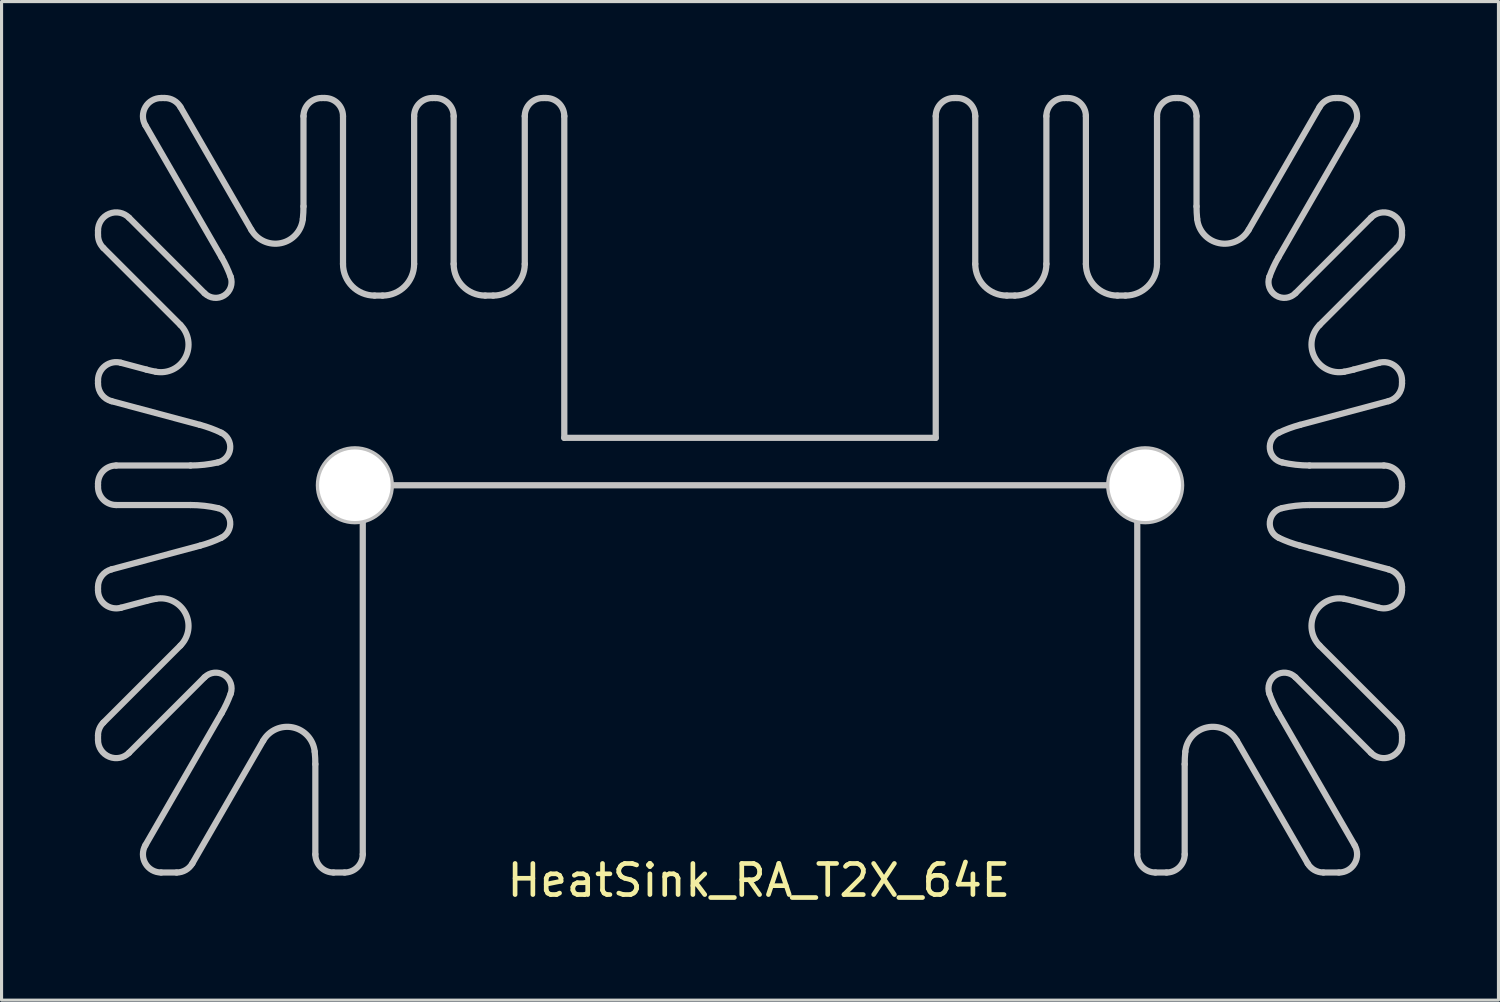
<source format=kicad_pcb>
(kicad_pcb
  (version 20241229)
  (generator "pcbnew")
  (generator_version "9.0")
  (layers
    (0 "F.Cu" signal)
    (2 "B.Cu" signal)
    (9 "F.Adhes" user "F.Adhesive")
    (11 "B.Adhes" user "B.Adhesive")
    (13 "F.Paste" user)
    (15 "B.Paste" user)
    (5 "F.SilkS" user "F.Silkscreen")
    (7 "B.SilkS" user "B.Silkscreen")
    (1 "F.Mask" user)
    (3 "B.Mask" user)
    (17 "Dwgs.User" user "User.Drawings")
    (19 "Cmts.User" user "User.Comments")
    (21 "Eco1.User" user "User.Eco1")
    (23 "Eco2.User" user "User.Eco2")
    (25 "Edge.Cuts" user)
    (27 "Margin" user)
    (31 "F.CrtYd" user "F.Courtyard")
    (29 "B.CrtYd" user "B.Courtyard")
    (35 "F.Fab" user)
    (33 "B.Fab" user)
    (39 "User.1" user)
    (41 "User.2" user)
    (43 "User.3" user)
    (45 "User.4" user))
  (footprint "HeatSink_RA_T2X_64E"
    (layer "F.Cu")
    (at 21.055 12.546)
    (property "Reference" "HeatSink_RA_T2X_64E" (at 0.283 12.7 0) (layer "F.SilkS") (effects (font (size 1 1) (thickness 0.15))))
    (attr through_hole)
    (fp_line (start -20.955 -8.186) (end -20.955 -8.042) (stroke (width 0.2) (type solid)) (layer "Dwgs.User"))
    (fp_line (start -20.955 -3.373) (end -20.955 -3.268) (stroke (width 0.2) (type solid)) (layer "Dwgs.User"))
    (fp_line (start -20.955 -0.051) (end -20.955 0.051) (stroke (width 0.2) (type solid)) (layer "Dwgs.User"))
    (fp_line (start -20.955 3.268) (end -20.955 3.373) (stroke (width 0.2) (type solid)) (layer "Dwgs.User"))
    (fp_line (start -20.955 8.042) (end -20.955 8.186) (stroke (width 0.2) (type solid)) (layer "Dwgs.User"))
    (fp_line (start -20.784 7.629) (end -18.306 5.152) (stroke (width 0.2) (type solid)) (layer "Dwgs.User"))
    (fp_line (start -20.522 2.703) (end -17.678 1.941) (stroke (width 0.2) (type solid)) (layer "Dwgs.User"))
    (fp_line (start -20.371 -0.635) (end -17.983 -0.635) (stroke (width 0.2) (type solid)) (layer "Dwgs.User"))
    (fp_line (start -20.371 0.635) (end -17.983 0.635) (stroke (width 0.2) (type solid)) (layer "Dwgs.User"))
    (fp_line (start -20.22 -3.937) (end -19.4 -3.718) (stroke (width 0.2) (type solid)) (layer "Dwgs.User"))
    (fp_line (start -19.958 -8.599) (end -17.53 -6.171) (stroke (width 0.2) (type solid)) (layer "Dwgs.User"))
    (fp_line (start -19.433 11.57) (end -16.985 7.329) (stroke (width 0.2) (type solid)) (layer "Dwgs.User"))
    (fp_line (start -19.4 3.718) (end -20.22 3.937) (stroke (width 0.2) (type solid)) (layer "Dwgs.User"))
    (fp_line (start -18.927 12.446) (end -18.429 12.446) (stroke (width 0.2) (type solid)) (layer "Dwgs.User"))
    (fp_line (start -18.81 -12.446) (end -18.927 -12.446) (stroke (width 0.2) (type solid)) (layer "Dwgs.User"))
    (fp_line (start -18.306 -5.152) (end -20.784 -7.629) (stroke (width 0.2) (type solid)) (layer "Dwgs.User"))
    (fp_line (start -18.304 -12.154) (end -16.026 -8.208) (stroke (width 0.2) (type solid)) (layer "Dwgs.User"))
    (fp_line (start -17.678 -1.941) (end -20.522 -2.703) (stroke (width 0.2) (type solid)) (layer "Dwgs.User"))
    (fp_line (start -17.53 6.171) (end -19.958 8.599) (stroke (width 0.2) (type solid)) (layer "Dwgs.User"))
    (fp_line (start -16.985 -7.329) (end -19.433 -11.57) (stroke (width 0.2) (type solid)) (layer "Dwgs.User"))
    (fp_line (start -15.645 8.208) (end -17.923 12.154) (stroke (width 0.2) (type solid)) (layer "Dwgs.User"))
    (fp_line (start -14.351 -11.862) (end -14.351 -8.963) (stroke (width 0.2) (type solid)) (layer "Dwgs.User"))
    (fp_line (start -13.97 11.862) (end -13.97 8.963) (stroke (width 0.2) (type solid)) (layer "Dwgs.User"))
    (fp_line (start -13.665 -12.446) (end -13.767 -12.446) (stroke (width 0.2) (type solid)) (layer "Dwgs.User"))
    (fp_line (start -13.386 12.446) (end -13.03 12.446) (stroke (width 0.2) (type solid)) (layer "Dwgs.User"))
    (fp_line (start -13.081 -11.862) (end -13.081 -7.112) (stroke (width 0.2) (type solid)) (layer "Dwgs.User"))
    (fp_line (start -12.446 11.862) (end -12.446 1.127) (stroke (width 0.2) (type solid)) (layer "Dwgs.User"))
    (fp_line (start -12.065 -6.096) (end -11.811 -6.096) (stroke (width 0.2) (type solid)) (layer "Dwgs.User"))
    (fp_line (start -11.544 0) (end 11.544 0) (stroke (width 0.2) (type solid)) (layer "Dwgs.User"))
    (fp_line (start -10.795 -11.862) (end -10.795 -7.112) (stroke (width 0.2) (type solid)) (layer "Dwgs.User"))
    (fp_line (start -10.109 -12.446) (end -10.211 -12.446) (stroke (width 0.2) (type solid)) (layer "Dwgs.User"))
    (fp_line (start -9.525 -11.862) (end -9.525 -7.112) (stroke (width 0.2) (type solid)) (layer "Dwgs.User"))
    (fp_line (start -8.509 -6.096) (end -8.255 -6.096) (stroke (width 0.2) (type solid)) (layer "Dwgs.User"))
    (fp_line (start -7.239 -11.862) (end -7.239 -7.112) (stroke (width 0.2) (type solid)) (layer "Dwgs.User"))
    (fp_line (start -6.553 -12.446) (end -6.655 -12.446) (stroke (width 0.2) (type solid)) (layer "Dwgs.User"))
    (fp_line (start -5.969 -1.524) (end -5.969 -11.862) (stroke (width 0.2) (type solid)) (layer "Dwgs.User"))
    (fp_line (start 5.969 -11.862) (end 5.969 -1.524) (stroke (width 0.2) (type solid)) (layer "Dwgs.User"))
    (fp_line (start 5.969 -1.524) (end -5.969 -1.524) (stroke (width 0.2) (type solid)) (layer "Dwgs.User"))
    (fp_line (start 6.655 -12.446) (end 6.553 -12.446) (stroke (width 0.2) (type solid)) (layer "Dwgs.User"))
    (fp_line (start 7.239 -11.862) (end 7.239 -7.112) (stroke (width 0.2) (type solid)) (layer "Dwgs.User"))
    (fp_line (start 8.509 -6.096) (end 8.255 -6.096) (stroke (width 0.2) (type solid)) (layer "Dwgs.User"))
    (fp_line (start 9.525 -11.862) (end 9.525 -7.112) (stroke (width 0.2) (type solid)) (layer "Dwgs.User"))
    (fp_line (start 10.211 -12.446) (end 10.109 -12.446) (stroke (width 0.2) (type solid)) (layer "Dwgs.User"))
    (fp_line (start 10.795 -11.862) (end 10.795 -7.112) (stroke (width 0.2) (type solid)) (layer "Dwgs.User"))
    (fp_line (start 12.065 -6.096) (end 11.811 -6.096) (stroke (width 0.2) (type solid)) (layer "Dwgs.User"))
    (fp_line (start 12.446 1.127) (end 12.446 11.862) (stroke (width 0.2) (type solid)) (layer "Dwgs.User"))
    (fp_line (start 13.03 12.446) (end 13.386 12.446) (stroke (width 0.2) (type solid)) (layer "Dwgs.User"))
    (fp_line (start 13.081 -11.862) (end 13.081 -7.112) (stroke (width 0.2) (type solid)) (layer "Dwgs.User"))
    (fp_line (start 13.767 -12.446) (end 13.665 -12.446) (stroke (width 0.2) (type solid)) (layer "Dwgs.User"))
    (fp_line (start 13.97 11.862) (end 13.97 8.963) (stroke (width 0.2) (type solid)) (layer "Dwgs.User"))
    (fp_line (start 14.351 -11.862) (end 14.351 -8.963) (stroke (width 0.2) (type solid)) (layer "Dwgs.User"))
    (fp_line (start 15.645 8.208) (end 17.923 12.154) (stroke (width 0.2) (type solid)) (layer "Dwgs.User"))
    (fp_line (start 16.985 -7.329) (end 19.433 -11.57) (stroke (width 0.2) (type solid)) (layer "Dwgs.User"))
    (fp_line (start 17.53 6.171) (end 19.958 8.599) (stroke (width 0.2) (type solid)) (layer "Dwgs.User"))
    (fp_line (start 17.678 -1.941) (end 20.522 -2.703) (stroke (width 0.2) (type solid)) (layer "Dwgs.User"))
    (fp_line (start 18.304 -12.154) (end 16.026 -8.208) (stroke (width 0.2) (type solid)) (layer "Dwgs.User"))
    (fp_line (start 18.306 -5.152) (end 20.784 -7.629) (stroke (width 0.2) (type solid)) (layer "Dwgs.User"))
    (fp_line (start 18.429 12.446) (end 18.927 12.446) (stroke (width 0.2) (type solid)) (layer "Dwgs.User"))
    (fp_line (start 18.927 -12.446) (end 18.81 -12.446) (stroke (width 0.2) (type solid)) (layer "Dwgs.User"))
    (fp_line (start 19.4 3.718) (end 20.22 3.937) (stroke (width 0.2) (type solid)) (layer "Dwgs.User"))
    (fp_line (start 19.433 11.57) (end 16.985 7.329) (stroke (width 0.2) (type solid)) (layer "Dwgs.User"))
    (fp_line (start 19.958 -8.599) (end 17.53 -6.171) (stroke (width 0.2) (type solid)) (layer "Dwgs.User"))
    (fp_line (start 20.22 -3.937) (end 19.4 -3.718) (stroke (width 0.2) (type solid)) (layer "Dwgs.User"))
    (fp_line (start 20.371 -0.635) (end 17.983 -0.635) (stroke (width 0.2) (type solid)) (layer "Dwgs.User"))
    (fp_line (start 20.371 0.635) (end 17.983 0.635) (stroke (width 0.2) (type solid)) (layer "Dwgs.User"))
    (fp_line (start 20.522 2.703) (end 17.678 1.941) (stroke (width 0.2) (type solid)) (layer "Dwgs.User"))
    (fp_line (start 20.784 7.629) (end 18.306 5.152) (stroke (width 0.2) (type solid)) (layer "Dwgs.User"))
    (fp_line (start 20.955 -8.042) (end 20.955 -8.186) (stroke (width 0.2) (type solid)) (layer "Dwgs.User"))
    (fp_line (start 20.955 -3.268) (end 20.955 -3.373) (stroke (width 0.2) (type solid)) (layer "Dwgs.User"))
    (fp_line (start 20.955 0.051) (end 20.955 -0.051) (stroke (width 0.2) (type solid)) (layer "Dwgs.User"))
    (fp_line (start 20.955 3.373) (end 20.955 3.268) (stroke (width 0.2) (type solid)) (layer "Dwgs.User"))
    (fp_line (start 20.955 8.186) (end 20.955 8.042) (stroke (width 0.2) (type solid)) (layer "Dwgs.User"))
    (fp_arc (start -20.955 -8.186151) (mid -20.594364 -8.725881) (end -19.957708 -8.599243) (stroke (width 0.2) (type solid)) (layer "Dwgs.User"))
    (fp_arc (start -20.955 -0.0508) (mid -20.783892 -0.463892) (end -20.3708 -0.635) (stroke (width 0.2) (type solid)) (layer "Dwgs.User"))
    (fp_arc (start -20.955 3.267646) (mid -20.834277 2.912008) (end -20.522002 2.703352) (stroke (width 0.2) (type solid)) (layer "Dwgs.User"))
    (fp_arc (start -20.954999 -3.37283) (mid -20.726438 -3.836306) (end -20.219598 -3.937123) (stroke (width 0.2) (type solid)) (layer "Dwgs.User"))
    (fp_arc (start -20.954999 8.042467) (mid -20.910529 7.818904) (end -20.783891 7.629376) (stroke (width 0.2) (type solid)) (layer "Dwgs.User"))
    (fp_arc (start -20.783892 -7.629375) (mid -20.910531 -7.818903) (end -20.955 -8.042467) (stroke (width 0.2) (type solid)) (layer "Dwgs.User"))
    (fp_arc (start -20.522002 -2.703352) (mid -20.834277 -2.912007) (end -20.955 -3.267646) (stroke (width 0.2) (type solid)) (layer "Dwgs.User"))
    (fp_arc (start -20.3708 0.635) (mid -20.783892 0.463892) (end -20.955 0.0508) (stroke (width 0.2) (type solid)) (layer "Dwgs.User"))
    (fp_arc (start -20.219598 3.937124) (mid -20.726439 3.836307) (end -20.955 3.37283) (stroke (width 0.2) (type solid)) (layer "Dwgs.User"))
    (fp_arc (start -19.957708 8.599243) (mid -20.594364 8.725882) (end -20.955 8.186151) (stroke (width 0.2) (type solid)) (layer "Dwgs.User"))
    (fp_arc (start -19.433068 -11.5697) (mid -19.433068 -12.1539) (end -18.927136 -12.446) (stroke (width 0.2) (type solid)) (layer "Dwgs.User"))
    (fp_arc (start -19.400017 3.717518) (mid -19.249092 3.680235) (end -19.096821 3.648901) (stroke (width 0.2) (type solid)) (layer "Dwgs.User"))
    (fp_arc (start -19.096821 -3.648901) (mid -19.249092 -3.680235) (end -19.400017 -3.717518) (stroke (width 0.2) (type solid)) (layer "Dwgs.User"))
    (fp_arc (start -19.096819 3.648902) (mid -18.148015 4.109048) (end -18.306138 5.151622) (stroke (width 0.2) (type solid)) (layer "Dwgs.User"))
    (fp_arc (start -18.927136 12.446) (mid -19.433068 12.1539) (end -19.433068 11.5697) (stroke (width 0.2) (type solid)) (layer "Dwgs.User"))
    (fp_arc (start -18.809818 -12.446) (mid -18.517718 -12.367732) (end -18.303886 -12.1539) (stroke (width 0.2) (type solid)) (layer "Dwgs.User"))
    (fp_arc (start -18.306137 -5.15162) (mid -18.148016 -4.109045) (end -19.096821 -3.648901) (stroke (width 0.2) (type solid)) (layer "Dwgs.User"))
    (fp_arc (start -17.982878 0.635) (mid -17.538274 0.660023) (end -17.099285 0.734774) (stroke (width 0.2) (type solid)) (layer "Dwgs.User"))
    (fp_arc (start -17.922886 12.1539) (mid -18.136718 12.367732) (end -18.428818 12.446) (stroke (width 0.2) (type solid)) (layer "Dwgs.User"))
    (fp_arc (start -17.678009 -1.941306) (mid -17.329816 -1.830568) (end -16.993304 -1.688227) (stroke (width 0.2) (type solid)) (layer "Dwgs.User"))
    (fp_arc (start -17.529956 6.171493) (mid -16.897724 6.102307) (end -16.693443 6.704614) (stroke (width 0.2) (type solid)) (layer "Dwgs.User"))
    (fp_arc (start -17.099285 -0.734774) (mid -17.538274 -0.660022) (end -17.982878 -0.635) (stroke (width 0.2) (type solid)) (layer "Dwgs.User"))
    (fp_arc (start -17.099284 0.734775) (mid -16.707676 1.173862) (end -16.993304 1.688227) (stroke (width 0.2) (type solid)) (layer "Dwgs.User"))
    (fp_arc (start -16.993304 1.688227) (mid -17.329816 1.830568) (end -17.678009 1.941306) (stroke (width 0.2) (type solid)) (layer "Dwgs.User"))
    (fp_arc (start -16.993303 -1.688228) (mid -16.707675 -1.173861) (end -17.099285 -0.734774) (stroke (width 0.2) (type solid)) (layer "Dwgs.User"))
    (fp_arc (start -16.984869 -7.329295) (mid -16.825546 -7.023304) (end -16.693443 -6.704614) (stroke (width 0.2) (type solid)) (layer "Dwgs.User"))
    (fp_arc (start -16.693443 -6.704614) (mid -16.897723 -6.102306) (end -17.529956 -6.171491) (stroke (width 0.2) (type solid)) (layer "Dwgs.User"))
    (fp_arc (start -16.693443 6.704614) (mid -16.825546 7.023304) (end -16.984869 7.329295) (stroke (width 0.2) (type solid)) (layer "Dwgs.User"))
    (fp_arc (start -15.644668 8.207912) (mid -14.688474 7.78315) (end -13.990333 8.562463) (stroke (width 0.2) (type solid)) (layer "Dwgs.User"))
    (fp_arc (start -14.371333 -8.562463) (mid -15.069473 -7.783149) (end -16.025668 -8.20791) (stroke (width 0.2) (type solid)) (layer "Dwgs.User"))
    (fp_arc (start -14.351 -11.8618) (mid -14.179892 -12.274892) (end -13.7668 -12.446) (stroke (width 0.2) (type solid)) (layer "Dwgs.User"))
    (fp_arc (start -14.350999 -8.96337) (mid -14.356086 -8.762659) (end -14.371333 -8.562463) (stroke (width 0.2) (type solid)) (layer "Dwgs.User"))
    (fp_arc (start -13.990334 8.562464) (mid -13.975087 8.76266) (end -13.97 8.963371) (stroke (width 0.2) (type solid)) (layer "Dwgs.User"))
    (fp_arc (start -13.6652 -12.446) (mid -13.252108 -12.274892) (end -13.081 -11.8618) (stroke (width 0.2) (type solid)) (layer "Dwgs.User"))
    (fp_arc (start -13.3858 12.446) (mid -13.798892 12.274892) (end -13.97 11.8618) (stroke (width 0.2) (type solid)) (layer "Dwgs.User"))
    (fp_arc (start -12.446 11.8618) (mid -12.617108 12.274892) (end -13.0302 12.446) (stroke (width 0.2) (type solid)) (layer "Dwgs.User"))
    (fp_arc (start -12.065 -6.096) (mid -12.78342 -6.39358) (end -13.081 -7.112) (stroke (width 0.2) (type solid)) (layer "Dwgs.User"))
    (fp_arc (start -10.795 -11.8618) (mid -10.623892 -12.274892) (end -10.2108 -12.446) (stroke (width 0.2) (type solid)) (layer "Dwgs.User"))
    (fp_arc (start -10.795 -7.112) (mid -11.09258 -6.39358) (end -11.811 -6.096) (stroke (width 0.2) (type solid)) (layer "Dwgs.User"))
    (fp_arc (start -10.1092 -12.446) (mid -9.696108 -12.274892) (end -9.525 -11.8618) (stroke (width 0.2) (type solid)) (layer "Dwgs.User"))
    (fp_arc (start -8.509 -6.096) (mid -9.22742 -6.39358) (end -9.525 -7.112) (stroke (width 0.2) (type solid)) (layer "Dwgs.User"))
    (fp_arc (start -7.239 -11.8618) (mid -7.067892 -12.274892) (end -6.6548 -12.446) (stroke (width 0.2) (type solid)) (layer "Dwgs.User"))
    (fp_arc (start -7.239 -7.112) (mid -7.53658 -6.39358) (end -8.255 -6.096) (stroke (width 0.2) (type solid)) (layer "Dwgs.User"))
    (fp_arc (start -6.5532 -12.446) (mid -6.140108 -12.274892) (end -5.969 -11.8618) (stroke (width 0.2) (type solid)) (layer "Dwgs.User"))
    (fp_arc (start 5.969 -11.8618) (mid 6.140108 -12.274892) (end 6.5532 -12.446) (stroke (width 0.2) (type solid)) (layer "Dwgs.User"))
    (fp_arc (start 6.6548 -12.446) (mid 7.067892 -12.274892) (end 7.239 -11.8618) (stroke (width 0.2) (type solid)) (layer "Dwgs.User"))
    (fp_arc (start 8.255 -6.096) (mid 7.53658 -6.39358) (end 7.239 -7.112) (stroke (width 0.2) (type solid)) (layer "Dwgs.User"))
    (fp_arc (start 9.525 -11.8618) (mid 9.696108 -12.274892) (end 10.1092 -12.446) (stroke (width 0.2) (type solid)) (layer "Dwgs.User"))
    (fp_arc (start 9.525 -7.112) (mid 9.22742 -6.39358) (end 8.509 -6.096) (stroke (width 0.2) (type solid)) (layer "Dwgs.User"))
    (fp_arc (start 10.2108 -12.446) (mid 10.623892 -12.274892) (end 10.795 -11.8618) (stroke (width 0.2) (type solid)) (layer "Dwgs.User"))
    (fp_arc (start 11.811 -6.096) (mid 11.09258 -6.39358) (end 10.795 -7.112) (stroke (width 0.2) (type solid)) (layer "Dwgs.User"))
    (fp_arc (start 13.0302 12.446) (mid 12.617108 12.274892) (end 12.446 11.8618) (stroke (width 0.2) (type solid)) (layer "Dwgs.User"))
    (fp_arc (start 13.081 -11.8618) (mid 13.252108 -12.274892) (end 13.6652 -12.446) (stroke (width 0.2) (type solid)) (layer "Dwgs.User"))
    (fp_arc (start 13.081 -7.112) (mid 12.78342 -6.39358) (end 12.065 -6.096) (stroke (width 0.2) (type solid)) (layer "Dwgs.User"))
    (fp_arc (start 13.7668 -12.446) (mid 14.179892 -12.274892) (end 14.351 -11.8618) (stroke (width 0.2) (type solid)) (layer "Dwgs.User"))
    (fp_arc (start 13.97 8.96337) (mid 13.975087 8.762659) (end 13.990334 8.562463) (stroke (width 0.2) (type solid)) (layer "Dwgs.User"))
    (fp_arc (start 13.97 11.8618) (mid 13.798892 12.274892) (end 13.3858 12.446) (stroke (width 0.2) (type solid)) (layer "Dwgs.User"))
    (fp_arc (start 13.990334 8.562464) (mid 14.688474 7.78315) (end 15.644669 8.207911) (stroke (width 0.2) (type solid)) (layer "Dwgs.User"))
    (fp_arc (start 14.371334 -8.562463) (mid 14.356087 -8.762659) (end 14.351 -8.96337) (stroke (width 0.2) (type solid)) (layer "Dwgs.User"))
    (fp_arc (start 16.025669 -8.20791) (mid 15.069474 -7.783149) (end 14.371334 -8.562463) (stroke (width 0.2) (type solid)) (layer "Dwgs.User"))
    (fp_arc (start 16.693442 6.704615) (mid 16.897723 6.102306) (end 17.529957 6.171491) (stroke (width 0.2) (type solid)) (layer "Dwgs.User"))
    (fp_arc (start 16.693443 -6.704614) (mid 16.825546 -7.023304) (end 16.984869 -7.329295) (stroke (width 0.2) (type solid)) (layer "Dwgs.User"))
    (fp_arc (start 16.984869 7.329295) (mid 16.825546 7.023304) (end 16.693443 6.704614) (stroke (width 0.2) (type solid)) (layer "Dwgs.User"))
    (fp_arc (start 16.993304 1.688228) (mid 16.707676 1.173861) (end 17.099286 0.734774) (stroke (width 0.2) (type solid)) (layer "Dwgs.User"))
    (fp_arc (start 16.993305 -1.688227) (mid 17.329817 -1.830568) (end 17.67801 -1.941306) (stroke (width 0.2) (type solid)) (layer "Dwgs.User"))
    (fp_arc (start 17.099286 -0.734775) (mid 16.707677 -1.173861) (end 16.993304 -1.688227) (stroke (width 0.2) (type solid)) (layer "Dwgs.User"))
    (fp_arc (start 17.099286 0.734774) (mid 17.538275 0.660022) (end 17.982879 0.635) (stroke (width 0.2) (type solid)) (layer "Dwgs.User"))
    (fp_arc (start 17.529956 -6.171491) (mid 16.897723 -6.102306) (end 16.693443 -6.704614) (stroke (width 0.2) (type solid)) (layer "Dwgs.User"))
    (fp_arc (start 17.678009 1.941306) (mid 17.329816 1.830568) (end 16.993304 1.688227) (stroke (width 0.2) (type solid)) (layer "Dwgs.User"))
    (fp_arc (start 17.982879 -0.635) (mid 17.538275 -0.660023) (end 17.099286 -0.734774) (stroke (width 0.2) (type solid)) (layer "Dwgs.User"))
    (fp_arc (start 18.303887 -12.1539) (mid 18.517719 -12.367732) (end 18.809819 -12.446) (stroke (width 0.2) (type solid)) (layer "Dwgs.User"))
    (fp_arc (start 18.306138 5.151622) (mid 18.148016 4.109047) (end 19.096821 3.648901) (stroke (width 0.2) (type solid)) (layer "Dwgs.User"))
    (fp_arc (start 18.428819 12.446) (mid 18.136719 12.367732) (end 17.922887 12.1539) (stroke (width 0.2) (type solid)) (layer "Dwgs.User"))
    (fp_arc (start 18.927136 -12.446) (mid 19.433068 -12.1539) (end 19.433068 -11.5697) (stroke (width 0.2) (type solid)) (layer "Dwgs.User"))
    (fp_arc (start 19.096821 -3.6489) (mid 18.148016 -4.109046) (end 18.306138 -5.151621) (stroke (width 0.2) (type solid)) (layer "Dwgs.User"))
    (fp_arc (start 19.096822 3.648901) (mid 19.249093 3.680235) (end 19.400018 3.717518) (stroke (width 0.2) (type solid)) (layer "Dwgs.User"))
    (fp_arc (start 19.400017 -3.717518) (mid 19.249092 -3.680235) (end 19.096821 -3.648901) (stroke (width 0.2) (type solid)) (layer "Dwgs.User"))
    (fp_arc (start 19.433068 11.5697) (mid 19.433068 12.1539) (end 18.927136 12.446) (stroke (width 0.2) (type solid)) (layer "Dwgs.User"))
    (fp_arc (start 19.957708 -8.599243) (mid 20.594364 -8.725882) (end 20.955 -8.186151) (stroke (width 0.2) (type solid)) (layer "Dwgs.User"))
    (fp_arc (start 20.219598 -3.937124) (mid 20.726439 -3.836307) (end 20.955 -3.37283) (stroke (width 0.2) (type solid)) (layer "Dwgs.User"))
    (fp_arc (start 20.3708 -0.635) (mid 20.783892 -0.463892) (end 20.955 -0.0508) (stroke (width 0.2) (type solid)) (layer "Dwgs.User"))
    (fp_arc (start 20.522002 2.703352) (mid 20.834277 2.912007) (end 20.955 3.267646) (stroke (width 0.2) (type solid)) (layer "Dwgs.User"))
    (fp_arc (start 20.783892 7.629375) (mid 20.910531 7.818903) (end 20.955 8.042467) (stroke (width 0.2) (type solid)) (layer "Dwgs.User"))
    (fp_arc (start 20.955 -8.042467) (mid 20.91053 -7.818903) (end 20.783892 -7.629375) (stroke (width 0.2) (type solid)) (layer "Dwgs.User"))
    (fp_arc (start 20.955 -3.267646) (mid 20.834277 -2.912008) (end 20.522002 -2.703352) (stroke (width 0.2) (type solid)) (layer "Dwgs.User"))
    (fp_arc (start 20.955 0.0508) (mid 20.783892 0.463892) (end 20.3708 0.635) (stroke (width 0.2) (type solid)) (layer "Dwgs.User"))
    (fp_arc (start 20.955 3.37283) (mid 20.726438 3.836307) (end 20.219598 3.937124) (stroke (width 0.2) (type solid)) (layer "Dwgs.User"))
    (fp_arc (start 20.955 8.18615) (mid 20.594364 8.725881) (end 19.957709 8.599243) (stroke (width 0.2) (type solid)) (layer "Dwgs.User"))
    (fp_circle (center -12.7 0) (end -11.544 0) (stroke (width 0.2) (type solid)) (fill no) (layer "Dwgs.User"))
    (fp_circle (center 12.7 0) (end 13.856 0) (stroke (width 0.2) (type solid)) (fill no) (layer "Dwgs.User"))
    (pad "" np_thru_hole circle (at -12.7 0) (size 2.3 2.3) (drill 2.3) (layers "*.Cu" "*.Mask"))
    (pad "" np_thru_hole circle (at 12.7 0) (size 2.3 2.3) (drill 2.3) (layers "*.Cu")))
  (gr_rect
    (start -3 -3)
    (end 45.11 29.094)
    (stroke (width 0.1) (type default))
    (fill no)
    (layer "Edge.Cuts")))
</source>
